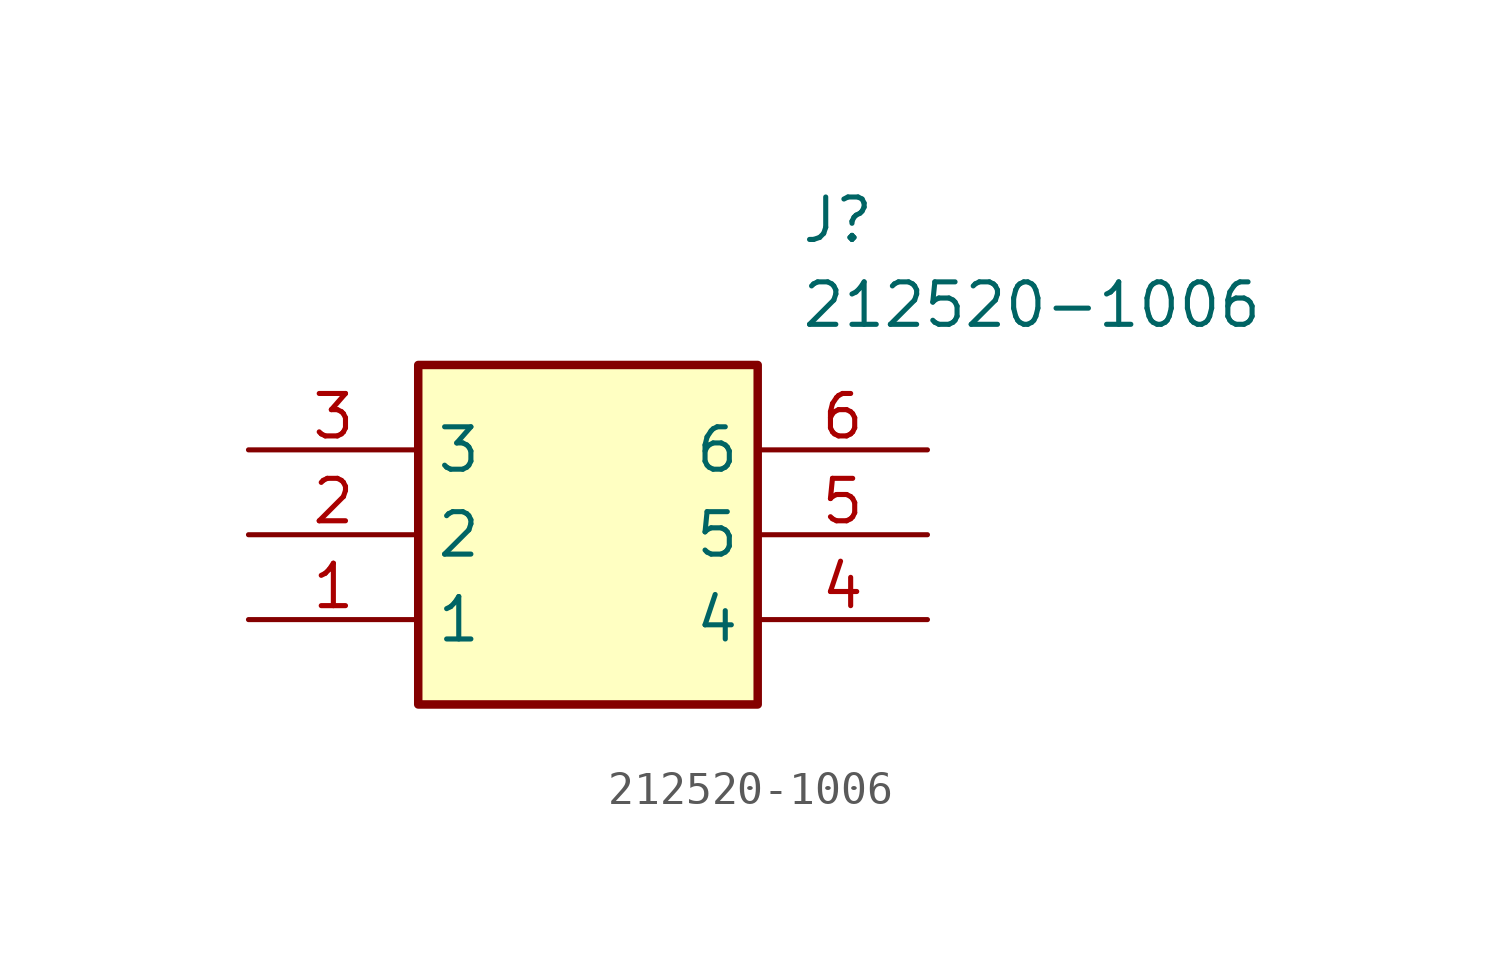
<source format=kicad_sym>
(kicad_symbol_lib
  (version 20211014)
  (generator SamacSys_ECAD_Model)
  (symbol "212520-1006"
    (property "Reference" "J"
      (at 16.51 7.62 0)
      (effects (font (size 1.27 1.27)) (justify left top)))
    (property "Value" "212520-1006"
      (at 16.51 5.08 0)
      (effects (font (size 1.27 1.27)) (justify left top)))
    (rectangle
      (start 5.08 2.54)
      (end 15.24 -7.62)
      (stroke (width 0.254) (type default))
      (fill (type background)))
    (pin passive line
      (at 0 -5.08 0)
      (length 5.08)
      (name "1" (effects (font (size 1.27 1.27))))
      (number "1" (effects (font (size 1.27 1.27)))))
    (pin passive line
      (at 0 -2.54 0)
      (length 5.08)
      (name "2" (effects (font (size 1.27 1.27))))
      (number "2" (effects (font (size 1.27 1.27)))))
    (pin passive line
      (at 0 0 0)
      (length 5.08)
      (name "3" (effects (font (size 1.27 1.27))))
      (number "3" (effects (font (size 1.27 1.27)))))
    (pin passive line
      (at 20.32 -5.08 180)
      (length 5.08)
      (name "4" (effects (font (size 1.27 1.27))))
      (number "4" (effects (font (size 1.27 1.27)))))
    (pin passive line
      (at 20.32 -2.54 180)
      (length 5.08)
      (name "5" (effects (font (size 1.27 1.27))))
      (number "5" (effects (font (size 1.27 1.27)))))
    (pin passive line
      (at 20.32 0 180)
      (length 5.08)
      (name "6" (effects (font (size 1.27 1.27))))
      (number "6" (effects (font (size 1.27 1.27)))))))
</source>
